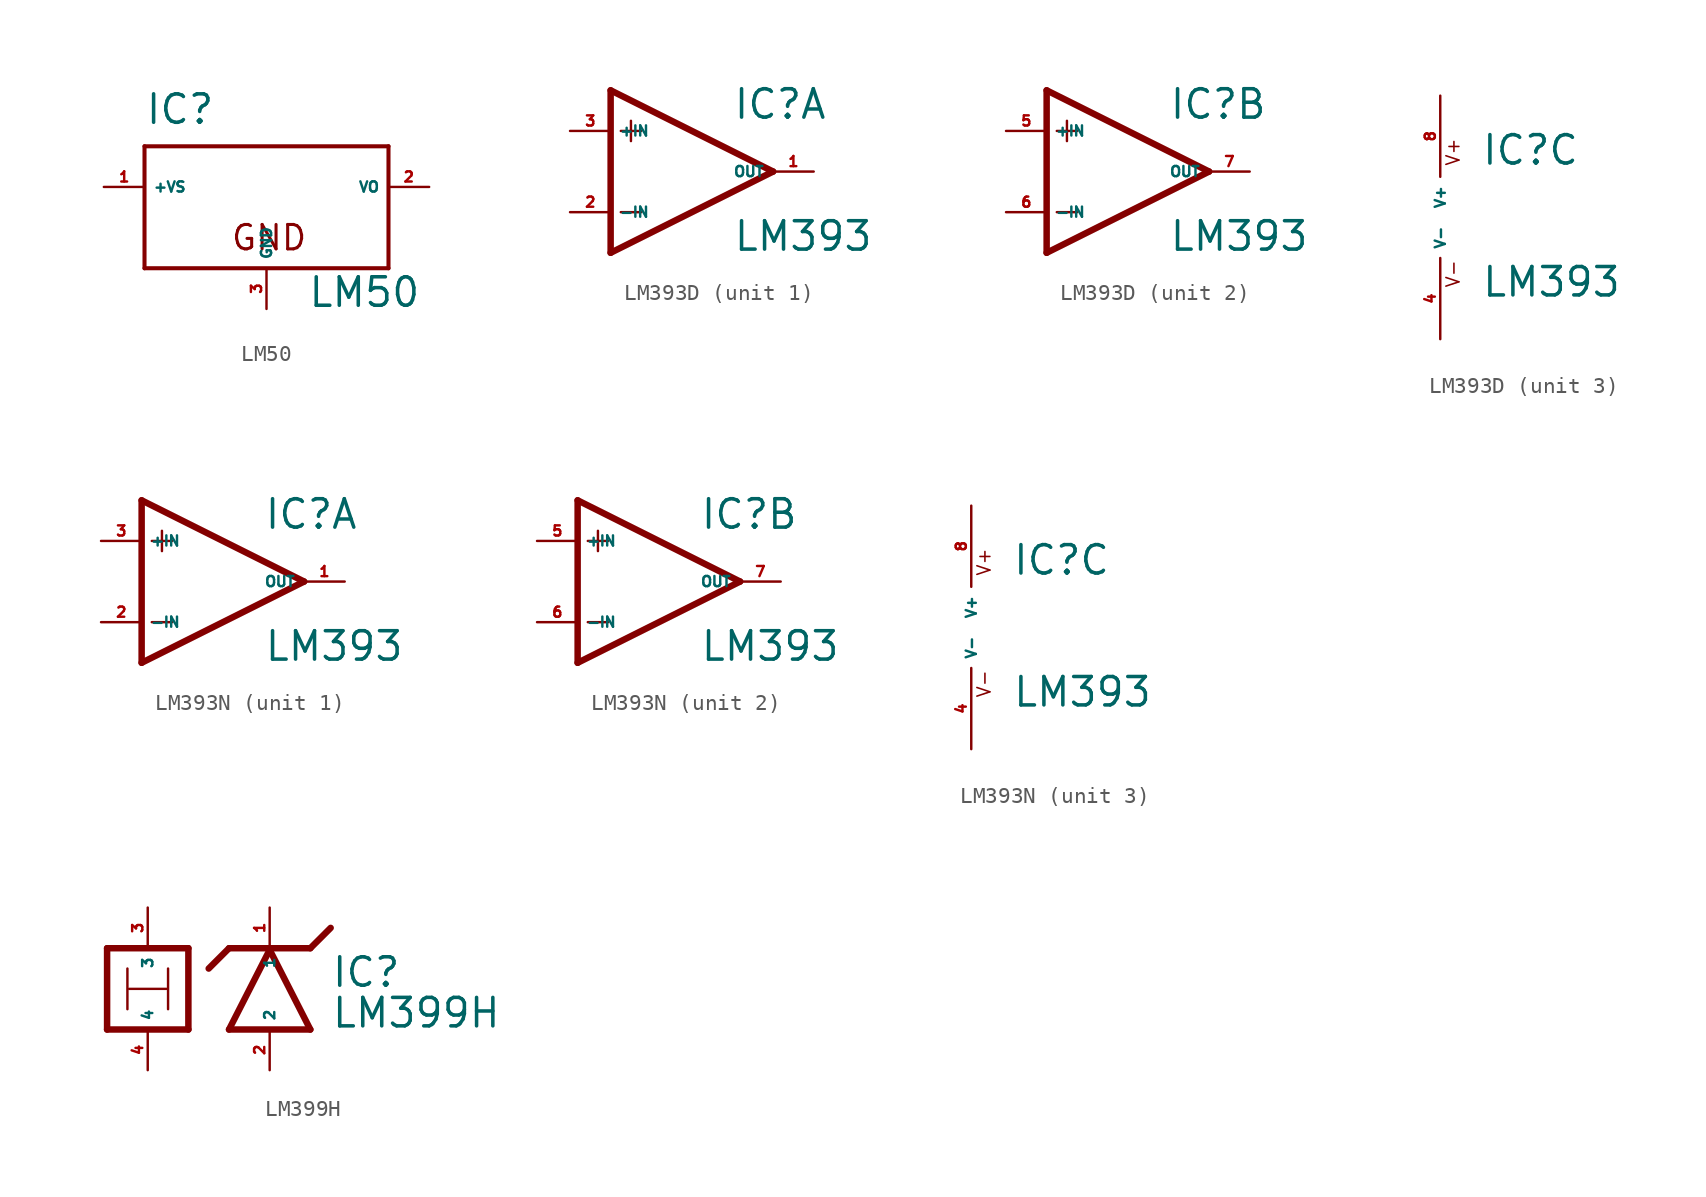
<source format=kicad_sym>
(kicad_symbol_lib
  (version 20220914)
  (generator Eagle2Kicad)
  (symbol "LM50"
    (property "Reference" "IC"
      (at -7.62 3.81 0)
      (effects (font (size 1.778 1.778) (thickness 0.22)) (justify left bottom)))
    (property "Value" "LM50"
      (at 2.54 -7.62 0)
      (effects (font (size 1.778 1.778) (thickness 0.22)) (justify left bottom)))
    (polyline
      (pts (xy -7.62 2.54) (xy 7.62 2.54))
      (stroke (width 0.254) (type default))
      (fill (type none)))
    (polyline
      (pts (xy 7.62 2.54) (xy 7.62 -5.08))
      (stroke (width 0.254) (type default))
      (fill (type none)))
    (polyline
      (pts (xy 7.62 -5.08) (xy -7.62 -5.08))
      (stroke (width 0.254) (type default))
      (fill (type none)))
    (polyline
      (pts (xy -7.62 -5.08) (xy -7.62 2.54))
      (stroke (width 0.254) (type default))
      (fill (type none)))
    (text "GND"
      (at -2.286 -4.064 0)
      (effects (font (size 1.524 1.524) (thickness 0.19)) (justify left bottom)))
    (pin input line
      (at -10.16 0 0)
      (length 2.54)
      (name "+VS" (effects (font (size 0.635 0.635) (thickness 0.08)) (justify left bottom)))
      (number "1" (effects (font (size 0.635 0.635) (thickness 0.08)) (justify left bottom))))
    (pin input line
      (at 10.16 0 180)
      (length 2.54)
      (name "VO" (effects (font (size 0.635 0.635) (thickness 0.08)) (justify left bottom)))
      (number "2" (effects (font (size 0.635 0.635) (thickness 0.08)) (justify left bottom))))
    (pin unspecified line
      (at 0 -7.62 90)
      (length 2.54)
      (name "GND" (effects (font (size 0.635 0.635) (thickness 0.08)) (justify left bottom)))
      (number "3" (effects (font (size 0.635 0.635) (thickness 0.08)) (justify left bottom)))))
  (symbol "LM393D"
    (property "Reference" "IC"
      (at 2.54 3.175 0)
      (effects (font (size 1.778 1.778) (thickness 0.22)) (justify left bottom)))
    (property "Value" "LM393"
      (at 2.54 -5.08 0)
      (effects (font (size 1.778 1.778) (thickness 0.22)) (justify left bottom)))
    (symbol "LM393D_1_0"
      (polyline (pts (xy -5.08 5.08) (xy -5.08 -5.08)) (stroke (width 0.406) (type default)) (fill (type none)))
      (polyline (pts (xy -5.08 -5.08) (xy 5.08 0)) (stroke (width 0.406) (type default)) (fill (type none)))
      (polyline (pts (xy 5.08 0) (xy -5.08 5.08)) (stroke (width 0.406) (type default)) (fill (type none)))
      (polyline (pts (xy -3.81 3.175) (xy -3.81 1.905)) (stroke (width 0.152) (type default)) (fill (type none)))
      (polyline (pts (xy -4.445 2.54) (xy -3.175 2.54)) (stroke (width 0.152) (type default)) (fill (type none)))
      (polyline (pts (xy -4.445 -2.54) (xy -3.175 -2.54)) (stroke (width 0.152) (type default)) (fill (type none)))
      (pin input line (at -7.62 -2.54 0) (length 2.54) (name "-IN" (effects (font (size 0.635 0.635) (thickness 0.08)) (justify left bottom))) (number "2" (effects (font (size 0.635 0.635) (thickness 0.08)) (justify left bottom))))
      (pin input line (at -7.62 2.54 0) (length 2.54) (name "+IN" (effects (font (size 0.635 0.635) (thickness 0.08)) (justify left bottom))) (number "3" (effects (font (size 0.635 0.635) (thickness 0.08)) (justify left bottom))))
      (pin output line (at 7.62 0 180) (length 2.54) (name "OUT" (effects (font (size 0.635 0.635) (thickness 0.08)) (justify left bottom))) (number "1" (effects (font (size 0.635 0.635) (thickness 0.08)) (justify left bottom)))))
    (symbol "LM393D_2_0"
      (polyline (pts (xy -5.08 5.08) (xy -5.08 -5.08)) (stroke (width 0.406) (type default)) (fill (type none)))
      (polyline (pts (xy -5.08 -5.08) (xy 5.08 0)) (stroke (width 0.406) (type default)) (fill (type none)))
      (polyline (pts (xy 5.08 0) (xy -5.08 5.08)) (stroke (width 0.406) (type default)) (fill (type none)))
      (polyline (pts (xy -3.81 3.175) (xy -3.81 1.905)) (stroke (width 0.152) (type default)) (fill (type none)))
      (polyline (pts (xy -4.445 2.54) (xy -3.175 2.54)) (stroke (width 0.152) (type default)) (fill (type none)))
      (polyline (pts (xy -4.445 -2.54) (xy -3.175 -2.54)) (stroke (width 0.152) (type default)) (fill (type none)))
      (pin input line (at -7.62 -2.54 0) (length 2.54) (name "-IN" (effects (font (size 0.635 0.635) (thickness 0.08)) (justify left bottom))) (number "6" (effects (font (size 0.635 0.635) (thickness 0.08)) (justify left bottom))))
      (pin input line (at -7.62 2.54 0) (length 2.54) (name "+IN" (effects (font (size 0.635 0.635) (thickness 0.08)) (justify left bottom))) (number "5" (effects (font (size 0.635 0.635) (thickness 0.08)) (justify left bottom))))
      (pin output line (at 7.62 0 180) (length 2.54) (name "OUT" (effects (font (size 0.635 0.635) (thickness 0.08)) (justify left bottom))) (number "7" (effects (font (size 0.635 0.635) (thickness 0.08)) (justify left bottom)))))
    (symbol "LM393D_3_0"
      (text "V+" (at 1.27 3.175 900) (effects (font (size 0.813 0.813) (thickness 0.10)) (justify left bottom)))
      (text "V-" (at 1.27 -4.445 900) (effects (font (size 0.813 0.813) (thickness 0.10)) (justify left bottom)))
      (pin unspecified line (at 0 7.62 270) (length 5.08) (name "V+" (effects (font (size 0.635 0.635) (thickness 0.08)) (justify left bottom))) (number "8" (effects (font (size 0.635 0.635) (thickness 0.08)) (justify left bottom))))
      (pin unspecified line (at 0 -7.62 90) (length 5.08) (name "V-" (effects (font (size 0.635 0.635) (thickness 0.08)) (justify left bottom))) (number "4" (effects (font (size 0.635 0.635) (thickness 0.08)) (justify left bottom))))))
  (symbol "LM393N"
    (property "Reference" "IC"
      (at 2.54 3.175 0)
      (effects (font (size 1.778 1.778) (thickness 0.22)) (justify left bottom)))
    (property "Value" "LM393"
      (at 2.54 -5.08 0)
      (effects (font (size 1.778 1.778) (thickness 0.22)) (justify left bottom)))
    (symbol "LM393N_1_0"
      (polyline (pts (xy -5.08 5.08) (xy -5.08 -5.08)) (stroke (width 0.406) (type default)) (fill (type none)))
      (polyline (pts (xy -5.08 -5.08) (xy 5.08 0)) (stroke (width 0.406) (type default)) (fill (type none)))
      (polyline (pts (xy 5.08 0) (xy -5.08 5.08)) (stroke (width 0.406) (type default)) (fill (type none)))
      (polyline (pts (xy -3.81 3.175) (xy -3.81 1.905)) (stroke (width 0.152) (type default)) (fill (type none)))
      (polyline (pts (xy -4.445 2.54) (xy -3.175 2.54)) (stroke (width 0.152) (type default)) (fill (type none)))
      (polyline (pts (xy -4.445 -2.54) (xy -3.175 -2.54)) (stroke (width 0.152) (type default)) (fill (type none)))
      (pin input line (at -7.62 -2.54 0) (length 2.54) (name "-IN" (effects (font (size 0.635 0.635) (thickness 0.08)) (justify left bottom))) (number "2" (effects (font (size 0.635 0.635) (thickness 0.08)) (justify left bottom))))
      (pin input line (at -7.62 2.54 0) (length 2.54) (name "+IN" (effects (font (size 0.635 0.635) (thickness 0.08)) (justify left bottom))) (number "3" (effects (font (size 0.635 0.635) (thickness 0.08)) (justify left bottom))))
      (pin output line (at 7.62 0 180) (length 2.54) (name "OUT" (effects (font (size 0.635 0.635) (thickness 0.08)) (justify left bottom))) (number "1" (effects (font (size 0.635 0.635) (thickness 0.08)) (justify left bottom)))))
    (symbol "LM393N_2_0"
      (polyline (pts (xy -5.08 5.08) (xy -5.08 -5.08)) (stroke (width 0.406) (type default)) (fill (type none)))
      (polyline (pts (xy -5.08 -5.08) (xy 5.08 0)) (stroke (width 0.406) (type default)) (fill (type none)))
      (polyline (pts (xy 5.08 0) (xy -5.08 5.08)) (stroke (width 0.406) (type default)) (fill (type none)))
      (polyline (pts (xy -3.81 3.175) (xy -3.81 1.905)) (stroke (width 0.152) (type default)) (fill (type none)))
      (polyline (pts (xy -4.445 2.54) (xy -3.175 2.54)) (stroke (width 0.152) (type default)) (fill (type none)))
      (polyline (pts (xy -4.445 -2.54) (xy -3.175 -2.54)) (stroke (width 0.152) (type default)) (fill (type none)))
      (pin input line (at -7.62 -2.54 0) (length 2.54) (name "-IN" (effects (font (size 0.635 0.635) (thickness 0.08)) (justify left bottom))) (number "6" (effects (font (size 0.635 0.635) (thickness 0.08)) (justify left bottom))))
      (pin input line (at -7.62 2.54 0) (length 2.54) (name "+IN" (effects (font (size 0.635 0.635) (thickness 0.08)) (justify left bottom))) (number "5" (effects (font (size 0.635 0.635) (thickness 0.08)) (justify left bottom))))
      (pin output line (at 7.62 0 180) (length 2.54) (name "OUT" (effects (font (size 0.635 0.635) (thickness 0.08)) (justify left bottom))) (number "7" (effects (font (size 0.635 0.635) (thickness 0.08)) (justify left bottom)))))
    (symbol "LM393N_3_0"
      (text "V+" (at 1.27 3.175 900) (effects (font (size 0.813 0.813) (thickness 0.10)) (justify left bottom)))
      (text "V-" (at 1.27 -4.445 900) (effects (font (size 0.813 0.813) (thickness 0.10)) (justify left bottom)))
      (pin unspecified line (at 0 7.62 270) (length 5.08) (name "V+" (effects (font (size 0.635 0.635) (thickness 0.08)) (justify left bottom))) (number "8" (effects (font (size 0.635 0.635) (thickness 0.08)) (justify left bottom))))
      (pin unspecified line (at 0 -7.62 90) (length 5.08) (name "V-" (effects (font (size 0.635 0.635) (thickness 0.08)) (justify left bottom))) (number "4" (effects (font (size 0.635 0.635) (thickness 0.08)) (justify left bottom))))))
  (symbol "LM399H"
    (property "Reference" "IC"
      (at 6.35 0 0)
      (effects (font (size 1.778 1.778) (thickness 0.22)) (justify left bottom)))
    (property "Value" "LM399H"
      (at 6.35 -2.54 0)
      (effects (font (size 1.778 1.778) (thickness 0.22)) (justify left bottom)))
    (polyline
      (pts (xy -7.62 2.54) (xy -2.54 2.54))
      (stroke (width 0.406) (type default))
      (fill (type none)))
    (polyline
      (pts (xy -2.54 2.54) (xy -2.54 -2.54))
      (stroke (width 0.406) (type default))
      (fill (type none)))
    (polyline
      (pts (xy -2.54 -2.54) (xy -7.62 -2.54))
      (stroke (width 0.406) (type default))
      (fill (type none)))
    (polyline
      (pts (xy -7.62 -2.54) (xy -7.62 2.54))
      (stroke (width 0.406) (type default))
      (fill (type none)))
    (polyline
      (pts (xy 2.54 2.438) (xy 0 -2.54))
      (stroke (width 0.406) (type default))
      (fill (type none)))
    (polyline
      (pts (xy 5.08 -2.54) (xy 2.54 2.438))
      (stroke (width 0.406) (type default))
      (fill (type none)))
    (polyline
      (pts (xy 0 -2.54) (xy 5.08 -2.54))
      (stroke (width 0.406) (type default))
      (fill (type none)))
    (polyline
      (pts (xy -6.248 0) (xy -3.912 0))
      (stroke (width 0.152) (type default))
      (fill (type none)))
    (polyline
      (pts (xy -6.35 1.27) (xy -6.35 -1.27))
      (stroke (width 0.152) (type default))
      (fill (type none)))
    (polyline
      (pts (xy -3.81 1.27) (xy -3.81 -1.27))
      (stroke (width 0.152) (type default))
      (fill (type none)))
    (polyline
      (pts (xy 0 2.54) (xy -1.27 1.27))
      (stroke (width 0.406) (type default))
      (fill (type none)))
    (polyline
      (pts (xy 5.08 2.54) (xy 0 2.54))
      (stroke (width 0.406) (type default))
      (fill (type none)))
    (polyline
      (pts (xy 5.08 2.54) (xy 6.35 3.81))
      (stroke (width 0.406) (type default))
      (fill (type none)))
    (pin input line
      (at 2.54 5.08 270)
      (length 2.54)
      (name "1" (effects (font (size 0.635 0.635) (thickness 0.08)) (justify left bottom)))
      (number "1" (effects (font (size 0.635 0.635) (thickness 0.08)) (justify left bottom))))
    (pin input line
      (at 2.54 -5.08 90)
      (length 2.54)
      (name "2" (effects (font (size 0.635 0.635) (thickness 0.08)) (justify left bottom)))
      (number "2" (effects (font (size 0.635 0.635) (thickness 0.08)) (justify left bottom))))
    (pin input line
      (at -5.08 5.08 270)
      (length 2.54)
      (name "3" (effects (font (size 0.635 0.635) (thickness 0.08)) (justify left bottom)))
      (number "3" (effects (font (size 0.635 0.635) (thickness 0.08)) (justify left bottom))))
    (pin input line
      (at -5.08 -5.08 90)
      (length 2.54)
      (name "4" (effects (font (size 0.635 0.635) (thickness 0.08)) (justify left bottom)))
      (number "4" (effects (font (size 0.635 0.635) (thickness 0.08)) (justify left bottom))))))
</source>
